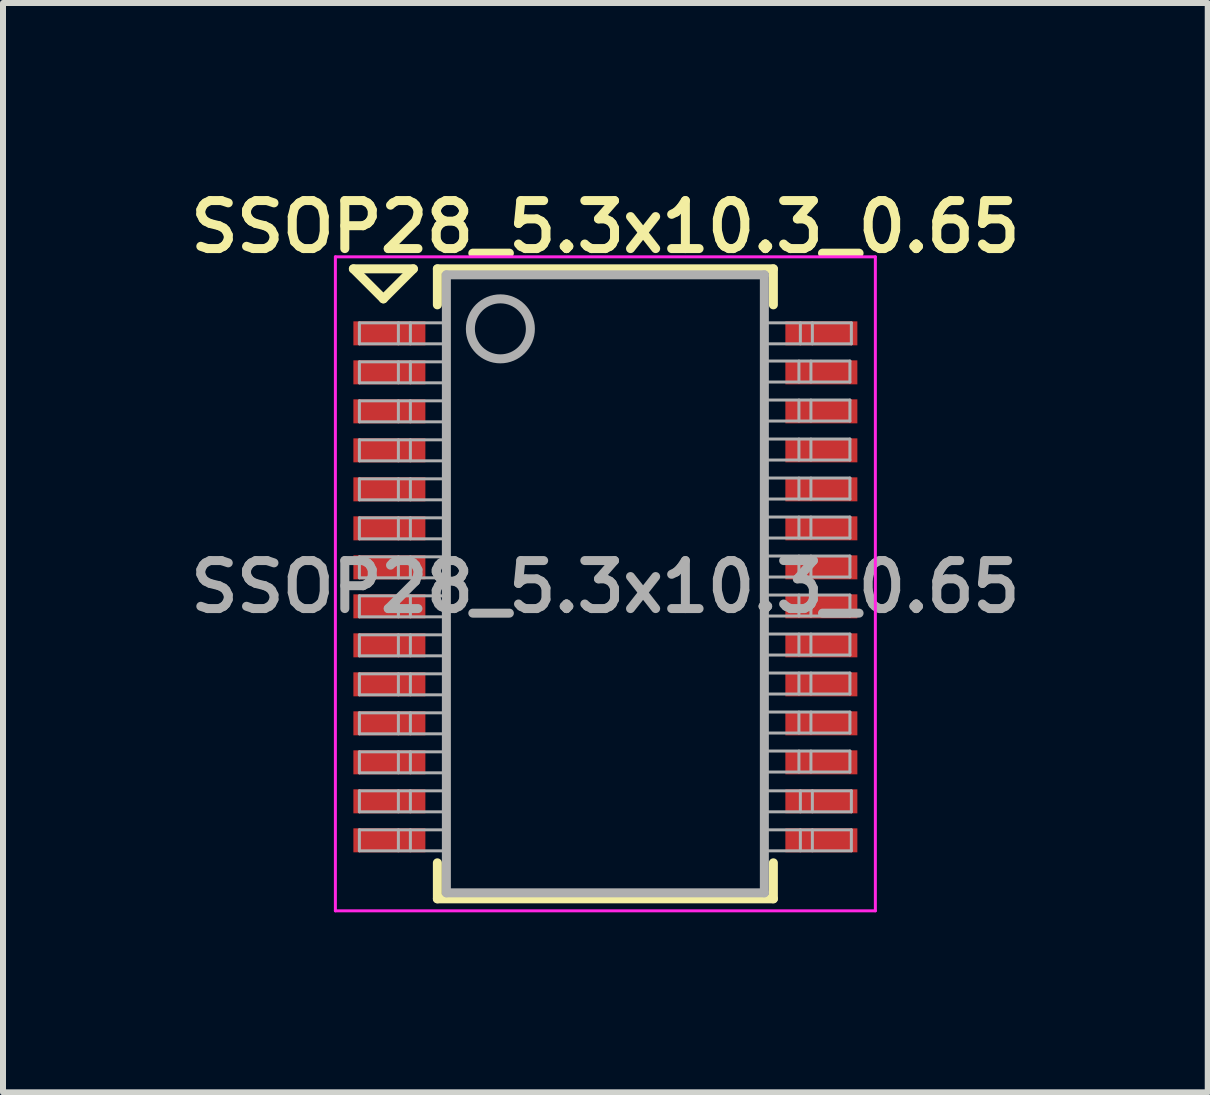
<source format=kicad_pcb>
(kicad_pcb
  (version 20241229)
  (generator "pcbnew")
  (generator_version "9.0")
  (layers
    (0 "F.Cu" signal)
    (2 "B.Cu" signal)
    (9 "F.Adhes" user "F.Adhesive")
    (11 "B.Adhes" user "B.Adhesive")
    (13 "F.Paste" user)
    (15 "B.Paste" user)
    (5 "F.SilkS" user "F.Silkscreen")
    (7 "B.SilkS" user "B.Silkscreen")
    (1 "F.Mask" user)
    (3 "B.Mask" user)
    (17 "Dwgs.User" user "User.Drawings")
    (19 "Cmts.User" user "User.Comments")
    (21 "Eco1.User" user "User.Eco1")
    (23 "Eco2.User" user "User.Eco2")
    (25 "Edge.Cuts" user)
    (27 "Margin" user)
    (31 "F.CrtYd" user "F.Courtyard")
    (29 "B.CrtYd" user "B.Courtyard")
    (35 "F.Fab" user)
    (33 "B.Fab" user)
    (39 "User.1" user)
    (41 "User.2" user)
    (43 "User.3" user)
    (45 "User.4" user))
  (footprint "SSOP28_5.3x10.3_0.65"
    (layer "F.Cu")
    (at 7.04 6.731)
    (property "Reference" "SSOP28_5.3x10.3_0.65" (at 0 -6 0) (layer "F.SilkS") (effects (font (size 0.8 0.8) (thickness 0.15))))
    (attr smd)
    (fp_line (start -4.2 -5.3) (end -3.2 -5.3) (stroke (width 0.15) (type solid)) (layer "F.SilkS"))
    (fp_line (start -3.7 -4.8) (end -4.2 -5.3) (stroke (width 0.15) (type solid)) (layer "F.SilkS"))
    (fp_line (start -3.2 -5.3) (end -3.7 -4.8) (stroke (width 0.15) (type solid)) (layer "F.SilkS"))
    (fp_line (start -2.8 -5.3) (end -2.8 -4.7) (stroke (width 0.15) (type solid)) (layer "F.SilkS"))
    (fp_line (start -2.8 -5.3) (end 2.8 -5.3) (stroke (width 0.15) (type solid)) (layer "F.SilkS"))
    (fp_line (start -2.8 4.6) (end -2.8 5.2) (stroke (width 0.15) (type solid)) (layer "F.SilkS"))
    (fp_line (start -2.8 5.2) (end 2.8 5.2) (stroke (width 0.15) (type solid)) (layer "F.SilkS"))
    (fp_line (start 2.8 -5.3) (end 2.8 -4.7) (stroke (width 0.15) (type solid)) (layer "F.SilkS"))
    (fp_line (start 2.8 4.6) (end 2.8 5.2) (stroke (width 0.15) (type solid)) (layer "F.SilkS"))
    (fp_line (start -4.5 -5.5) (end 4.5 -5.5) (stroke (width 0.05) (type solid)) (layer "F.CrtYd"))
    (fp_line (start -4.5 5.4) (end -4.5 -5.5) (stroke (width 0.05) (type solid)) (layer "F.CrtYd"))
    (fp_line (start 4.5 -5.5) (end 4.5 5.4) (stroke (width 0.05) (type solid)) (layer "F.CrtYd"))
    (fp_line (start 4.5 5.4) (end -4.5 5.4) (stroke (width 0.05) (type solid)) (layer "F.CrtYd"))
    (fp_line (start -4.1 -4.4) (end -4.1 -4.05) (stroke (width 0.05) (type solid)) (layer "F.Fab"))
    (fp_line (start -4.1 -4.05) (end -2.65 -4.05) (stroke (width 0.05) (type solid)) (layer "F.Fab"))
    (fp_line (start -4.1 -3.75) (end -4.1 -3.4) (stroke (width 0.05) (type solid)) (layer "F.Fab"))
    (fp_line (start -4.1 -3.4) (end -2.65 -3.4) (stroke (width 0.05) (type solid)) (layer "F.Fab"))
    (fp_line (start -4.1 -3.1) (end -4.1 -2.75) (stroke (width 0.05) (type solid)) (layer "F.Fab"))
    (fp_line (start -4.1 -2.75) (end -2.65 -2.75) (stroke (width 0.05) (type solid)) (layer "F.Fab"))
    (fp_line (start -4.1 -2.45) (end -4.1 -2.1) (stroke (width 0.05) (type solid)) (layer "F.Fab"))
    (fp_line (start -4.1 -2.1) (end -2.65 -2.1) (stroke (width 0.05) (type solid)) (layer "F.Fab"))
    (fp_line (start -4.1 -1.8) (end -4.1 -1.45) (stroke (width 0.05) (type solid)) (layer "F.Fab"))
    (fp_line (start -4.1 -1.45) (end -2.65 -1.45) (stroke (width 0.05) (type solid)) (layer "F.Fab"))
    (fp_line (start -4.1 -1.15) (end -4.1 -0.8) (stroke (width 0.05) (type solid)) (layer "F.Fab"))
    (fp_line (start -4.1 -0.8) (end -2.65 -0.8) (stroke (width 0.05) (type solid)) (layer "F.Fab"))
    (fp_line (start -4.1 -0.5) (end -4.1 -0.15) (stroke (width 0.05) (type solid)) (layer "F.Fab"))
    (fp_line (start -4.1 -0.15) (end -2.65 -0.15) (stroke (width 0.05) (type solid)) (layer "F.Fab"))
    (fp_line (start -4.1 0.15) (end -4.1 0.5) (stroke (width 0.05) (type solid)) (layer "F.Fab"))
    (fp_line (start -4.1 0.5) (end -2.65 0.5) (stroke (width 0.05) (type solid)) (layer "F.Fab"))
    (fp_line (start -4.1 0.8) (end -4.1 1.15) (stroke (width 0.05) (type solid)) (layer "F.Fab"))
    (fp_line (start -4.1 1.15) (end -2.65 1.15) (stroke (width 0.05) (type solid)) (layer "F.Fab"))
    (fp_line (start -4.1 1.45) (end -4.1 1.8) (stroke (width 0.05) (type solid)) (layer "F.Fab"))
    (fp_line (start -4.1 1.8) (end -2.65 1.8) (stroke (width 0.05) (type solid)) (layer "F.Fab"))
    (fp_line (start -4.1 2.1) (end -4.1 2.45) (stroke (width 0.05) (type solid)) (layer "F.Fab"))
    (fp_line (start -4.1 2.45) (end -2.65 2.45) (stroke (width 0.05) (type solid)) (layer "F.Fab"))
    (fp_line (start -4.1 2.75) (end -4.1 3.1) (stroke (width 0.05) (type solid)) (layer "F.Fab"))
    (fp_line (start -4.1 3.1) (end -2.65 3.1) (stroke (width 0.05) (type solid)) (layer "F.Fab"))
    (fp_line (start -4.1 3.4) (end -4.1 3.75) (stroke (width 0.05) (type solid)) (layer "F.Fab"))
    (fp_line (start -4.1 3.75) (end -2.65 3.75) (stroke (width 0.05) (type solid)) (layer "F.Fab"))
    (fp_line (start -4.1 4.05) (end -4.1 4.4) (stroke (width 0.05) (type solid)) (layer "F.Fab"))
    (fp_line (start -4.1 4.4) (end -2.65 4.4) (stroke (width 0.05) (type solid)) (layer "F.Fab"))
    (fp_line (start -3.45 -4.4) (end -3.45 -4.05) (stroke (width 0.05) (type solid)) (layer "F.Fab"))
    (fp_line (start -3.45 -3.75) (end -3.45 -3.4) (stroke (width 0.05) (type solid)) (layer "F.Fab"))
    (fp_line (start -3.45 -3.1) (end -3.45 -2.75) (stroke (width 0.05) (type solid)) (layer "F.Fab"))
    (fp_line (start -3.45 -2.45) (end -3.45 -2.1) (stroke (width 0.05) (type solid)) (layer "F.Fab"))
    (fp_line (start -3.45 -1.8) (end -3.45 -1.45) (stroke (width 0.05) (type solid)) (layer "F.Fab"))
    (fp_line (start -3.45 -1.15) (end -3.45 -0.8) (stroke (width 0.05) (type solid)) (layer "F.Fab"))
    (fp_line (start -3.45 -0.5) (end -3.45 -0.15) (stroke (width 0.05) (type solid)) (layer "F.Fab"))
    (fp_line (start -3.45 0.15) (end -3.45 0.5) (stroke (width 0.05) (type solid)) (layer "F.Fab"))
    (fp_line (start -3.45 0.8) (end -3.45 1.15) (stroke (width 0.05) (type solid)) (layer "F.Fab"))
    (fp_line (start -3.45 1.45) (end -3.45 1.8) (stroke (width 0.05) (type solid)) (layer "F.Fab"))
    (fp_line (start -3.45 2.1) (end -3.45 2.45) (stroke (width 0.05) (type solid)) (layer "F.Fab"))
    (fp_line (start -3.45 2.75) (end -3.45 3.1) (stroke (width 0.05) (type solid)) (layer "F.Fab"))
    (fp_line (start -3.45 3.4) (end -3.45 3.75) (stroke (width 0.05) (type solid)) (layer "F.Fab"))
    (fp_line (start -3.45 4.05) (end -3.45 4.4) (stroke (width 0.05) (type solid)) (layer "F.Fab"))
    (fp_line (start -3.25 -4.4) (end -3.25 -4.05) (stroke (width 0.05) (type solid)) (layer "F.Fab"))
    (fp_line (start -3.25 -3.75) (end -3.25 -3.4) (stroke (width 0.05) (type solid)) (layer "F.Fab"))
    (fp_line (start -3.25 -3.1) (end -3.25 -2.75) (stroke (width 0.05) (type solid)) (layer "F.Fab"))
    (fp_line (start -3.25 -2.45) (end -3.25 -2.1) (stroke (width 0.05) (type solid)) (layer "F.Fab"))
    (fp_line (start -3.25 -1.8) (end -3.25 -1.45) (stroke (width 0.05) (type solid)) (layer "F.Fab"))
    (fp_line (start -3.25 -1.15) (end -3.25 -0.8) (stroke (width 0.05) (type solid)) (layer "F.Fab"))
    (fp_line (start -3.25 -0.5) (end -3.25 -0.15) (stroke (width 0.05) (type solid)) (layer "F.Fab"))
    (fp_line (start -3.25 0.15) (end -3.25 0.5) (stroke (width 0.05) (type solid)) (layer "F.Fab"))
    (fp_line (start -3.25 0.8) (end -3.25 1.15) (stroke (width 0.05) (type solid)) (layer "F.Fab"))
    (fp_line (start -3.25 1.45) (end -3.25 1.8) (stroke (width 0.05) (type solid)) (layer "F.Fab"))
    (fp_line (start -3.25 2.1) (end -3.25 2.45) (stroke (width 0.05) (type solid)) (layer "F.Fab"))
    (fp_line (start -3.25 2.75) (end -3.25 3.1) (stroke (width 0.05) (type solid)) (layer "F.Fab"))
    (fp_line (start -3.25 3.4) (end -3.25 3.75) (stroke (width 0.05) (type solid)) (layer "F.Fab"))
    (fp_line (start -3.25 4.05) (end -3.25 4.4) (stroke (width 0.05) (type solid)) (layer "F.Fab"))
    (fp_line (start -2.65 -5.2) (end 2.65 -5.2) (stroke (width 0.15) (type solid)) (layer "F.Fab"))
    (fp_line (start -2.65 -4.4) (end -4.1 -4.4) (stroke (width 0.05) (type solid)) (layer "F.Fab"))
    (fp_line (start -2.65 -3.75) (end -4.1 -3.75) (stroke (width 0.05) (type solid)) (layer "F.Fab"))
    (fp_line (start -2.65 -3.1) (end -4.1 -3.1) (stroke (width 0.05) (type solid)) (layer "F.Fab"))
    (fp_line (start -2.65 -2.45) (end -4.1 -2.45) (stroke (width 0.05) (type solid)) (layer "F.Fab"))
    (fp_line (start -2.65 -1.8) (end -4.1 -1.8) (stroke (width 0.05) (type solid)) (layer "F.Fab"))
    (fp_line (start -2.65 -1.15) (end -4.1 -1.15) (stroke (width 0.05) (type solid)) (layer "F.Fab"))
    (fp_line (start -2.65 -0.5) (end -4.1 -0.5) (stroke (width 0.05) (type solid)) (layer "F.Fab"))
    (fp_line (start -2.65 0.15) (end -4.1 0.15) (stroke (width 0.05) (type solid)) (layer "F.Fab"))
    (fp_line (start -2.65 0.8) (end -4.1 0.8) (stroke (width 0.05) (type solid)) (layer "F.Fab"))
    (fp_line (start -2.65 1.45) (end -4.1 1.45) (stroke (width 0.05) (type solid)) (layer "F.Fab"))
    (fp_line (start -2.65 2.1) (end -4.1 2.1) (stroke (width 0.05) (type solid)) (layer "F.Fab"))
    (fp_line (start -2.65 2.75) (end -4.1 2.75) (stroke (width 0.05) (type solid)) (layer "F.Fab"))
    (fp_line (start -2.65 3.4) (end -4.1 3.4) (stroke (width 0.05) (type solid)) (layer "F.Fab"))
    (fp_line (start -2.65 4.05) (end -4.1 4.05) (stroke (width 0.05) (type solid)) (layer "F.Fab"))
    (fp_line (start -2.65 5.1) (end -2.65 -5.2) (stroke (width 0.15) (type solid)) (layer "F.Fab"))
    (fp_line (start 2.626 -3.413) (end 4.076 -3.413) (stroke (width 0.05) (type solid)) (layer "F.Fab"))
    (fp_line (start 2.626 -2.763) (end 4.076 -2.763) (stroke (width 0.05) (type solid)) (layer "F.Fab"))
    (fp_line (start 2.626 -2.113) (end 4.076 -2.113) (stroke (width 0.05) (type solid)) (layer "F.Fab"))
    (fp_line (start 2.626 -1.463) (end 4.076 -1.463) (stroke (width 0.05) (type solid)) (layer "F.Fab"))
    (fp_line (start 2.626 -0.813) (end 4.076 -0.813) (stroke (width 0.05) (type solid)) (layer "F.Fab"))
    (fp_line (start 2.626 -0.163) (end 4.076 -0.163) (stroke (width 0.05) (type solid)) (layer "F.Fab"))
    (fp_line (start 2.626 0.487) (end 4.076 0.487) (stroke (width 0.05) (type solid)) (layer "F.Fab"))
    (fp_line (start 2.626 1.137) (end 4.076 1.137) (stroke (width 0.05) (type solid)) (layer "F.Fab"))
    (fp_line (start 2.626 1.787) (end 4.076 1.787) (stroke (width 0.05) (type solid)) (layer "F.Fab"))
    (fp_line (start 2.626 2.437) (end 4.076 2.437) (stroke (width 0.05) (type solid)) (layer "F.Fab"))
    (fp_line (start 2.626 3.087) (end 4.076 3.087) (stroke (width 0.05) (type solid)) (layer "F.Fab"))
    (fp_line (start 2.65 -5.2) (end 2.65 5.1) (stroke (width 0.15) (type solid)) (layer "F.Fab"))
    (fp_line (start 2.65 -4.05) (end 4.1 -4.05) (stroke (width 0.05) (type solid)) (layer "F.Fab"))
    (fp_line (start 2.65 3.75) (end 4.1 3.75) (stroke (width 0.05) (type solid)) (layer "F.Fab"))
    (fp_line (start 2.65 4.4) (end 4.1 4.4) (stroke (width 0.05) (type solid)) (layer "F.Fab"))
    (fp_line (start 2.65 5.1) (end -2.65 5.1) (stroke (width 0.15) (type solid)) (layer "F.Fab"))
    (fp_line (start 3.226 -3.413) (end 3.226 -3.763) (stroke (width 0.05) (type solid)) (layer "F.Fab"))
    (fp_line (start 3.226 -2.763) (end 3.226 -3.113) (stroke (width 0.05) (type solid)) (layer "F.Fab"))
    (fp_line (start 3.226 -2.113) (end 3.226 -2.463) (stroke (width 0.05) (type solid)) (layer "F.Fab"))
    (fp_line (start 3.226 -1.463) (end 3.226 -1.813) (stroke (width 0.05) (type solid)) (layer "F.Fab"))
    (fp_line (start 3.226 -0.813) (end 3.226 -1.163) (stroke (width 0.05) (type solid)) (layer "F.Fab"))
    (fp_line (start 3.226 -0.163) (end 3.226 -0.513) (stroke (width 0.05) (type solid)) (layer "F.Fab"))
    (fp_line (start 3.226 0.487) (end 3.226 0.137) (stroke (width 0.05) (type solid)) (layer "F.Fab"))
    (fp_line (start 3.226 1.137) (end 3.226 0.787) (stroke (width 0.05) (type solid)) (layer "F.Fab"))
    (fp_line (start 3.226 1.787) (end 3.226 1.437) (stroke (width 0.05) (type solid)) (layer "F.Fab"))
    (fp_line (start 3.226 2.437) (end 3.226 2.087) (stroke (width 0.05) (type solid)) (layer "F.Fab"))
    (fp_line (start 3.226 3.087) (end 3.226 2.737) (stroke (width 0.05) (type solid)) (layer "F.Fab"))
    (fp_line (start 3.25 -4.05) (end 3.25 -4.4) (stroke (width 0.05) (type solid)) (layer "F.Fab"))
    (fp_line (start 3.25 3.75) (end 3.25 3.4) (stroke (width 0.05) (type solid)) (layer "F.Fab"))
    (fp_line (start 3.25 4.4) (end 3.25 4.05) (stroke (width 0.05) (type solid)) (layer "F.Fab"))
    (fp_line (start 3.426 -3.413) (end 3.426 -3.763) (stroke (width 0.05) (type solid)) (layer "F.Fab"))
    (fp_line (start 3.426 -2.763) (end 3.426 -3.113) (stroke (width 0.05) (type solid)) (layer "F.Fab"))
    (fp_line (start 3.426 -2.113) (end 3.426 -2.463) (stroke (width 0.05) (type solid)) (layer "F.Fab"))
    (fp_line (start 3.426 -1.463) (end 3.426 -1.813) (stroke (width 0.05) (type solid)) (layer "F.Fab"))
    (fp_line (start 3.426 -0.813) (end 3.426 -1.163) (stroke (width 0.05) (type solid)) (layer "F.Fab"))
    (fp_line (start 3.426 -0.163) (end 3.426 -0.513) (stroke (width 0.05) (type solid)) (layer "F.Fab"))
    (fp_line (start 3.426 0.487) (end 3.426 0.137) (stroke (width 0.05) (type solid)) (layer "F.Fab"))
    (fp_line (start 3.426 1.137) (end 3.426 0.787) (stroke (width 0.05) (type solid)) (layer "F.Fab"))
    (fp_line (start 3.426 1.787) (end 3.426 1.437) (stroke (width 0.05) (type solid)) (layer "F.Fab"))
    (fp_line (start 3.426 2.437) (end 3.426 2.087) (stroke (width 0.05) (type solid)) (layer "F.Fab"))
    (fp_line (start 3.426 3.087) (end 3.426 2.737) (stroke (width 0.05) (type solid)) (layer "F.Fab"))
    (fp_line (start 3.45 -4.05) (end 3.45 -4.4) (stroke (width 0.05) (type solid)) (layer "F.Fab"))
    (fp_line (start 3.45 3.75) (end 3.45 3.4) (stroke (width 0.05) (type solid)) (layer "F.Fab"))
    (fp_line (start 3.45 4.4) (end 3.45 4.05) (stroke (width 0.05) (type solid)) (layer "F.Fab"))
    (fp_line (start 4.076 -3.763) (end 2.626 -3.763) (stroke (width 0.05) (type solid)) (layer "F.Fab"))
    (fp_line (start 4.076 -3.413) (end 4.076 -3.763) (stroke (width 0.05) (type solid)) (layer "F.Fab"))
    (fp_line (start 4.076 -3.113) (end 2.626 -3.113) (stroke (width 0.05) (type solid)) (layer "F.Fab"))
    (fp_line (start 4.076 -2.763) (end 4.076 -3.113) (stroke (width 0.05) (type solid)) (layer "F.Fab"))
    (fp_line (start 4.076 -2.463) (end 2.626 -2.463) (stroke (width 0.05) (type solid)) (layer "F.Fab"))
    (fp_line (start 4.076 -2.113) (end 4.076 -2.463) (stroke (width 0.05) (type solid)) (layer "F.Fab"))
    (fp_line (start 4.076 -1.813) (end 2.626 -1.813) (stroke (width 0.05) (type solid)) (layer "F.Fab"))
    (fp_line (start 4.076 -1.463) (end 4.076 -1.813) (stroke (width 0.05) (type solid)) (layer "F.Fab"))
    (fp_line (start 4.076 -1.163) (end 2.626 -1.163) (stroke (width 0.05) (type solid)) (layer "F.Fab"))
    (fp_line (start 4.076 -0.813) (end 4.076 -1.163) (stroke (width 0.05) (type solid)) (layer "F.Fab"))
    (fp_line (start 4.076 -0.513) (end 2.626 -0.513) (stroke (width 0.05) (type solid)) (layer "F.Fab"))
    (fp_line (start 4.076 -0.163) (end 4.076 -0.513) (stroke (width 0.05) (type solid)) (layer "F.Fab"))
    (fp_line (start 4.076 0.137) (end 2.626 0.137) (stroke (width 0.05) (type solid)) (layer "F.Fab"))
    (fp_line (start 4.076 0.487) (end 4.076 0.137) (stroke (width 0.05) (type solid)) (layer "F.Fab"))
    (fp_line (start 4.076 0.787) (end 2.626 0.787) (stroke (width 0.05) (type solid)) (layer "F.Fab"))
    (fp_line (start 4.076 1.137) (end 4.076 0.787) (stroke (width 0.05) (type solid)) (layer "F.Fab"))
    (fp_line (start 4.076 1.437) (end 2.626 1.437) (stroke (width 0.05) (type solid)) (layer "F.Fab"))
    (fp_line (start 4.076 1.787) (end 4.076 1.437) (stroke (width 0.05) (type solid)) (layer "F.Fab"))
    (fp_line (start 4.076 2.087) (end 2.626 2.087) (stroke (width 0.05) (type solid)) (layer "F.Fab"))
    (fp_line (start 4.076 2.437) (end 4.076 2.087) (stroke (width 0.05) (type solid)) (layer "F.Fab"))
    (fp_line (start 4.076 2.737) (end 2.626 2.737) (stroke (width 0.05) (type solid)) (layer "F.Fab"))
    (fp_line (start 4.076 3.087) (end 4.076 2.737) (stroke (width 0.05) (type solid)) (layer "F.Fab"))
    (fp_line (start 4.1 -4.4) (end 2.65 -4.4) (stroke (width 0.05) (type solid)) (layer "F.Fab"))
    (fp_line (start 4.1 -4.05) (end 4.1 -4.4) (stroke (width 0.05) (type solid)) (layer "F.Fab"))
    (fp_line (start 4.1 3.4) (end 2.65 3.4) (stroke (width 0.05) (type solid)) (layer "F.Fab"))
    (fp_line (start 4.1 3.75) (end 4.1 3.4) (stroke (width 0.05) (type solid)) (layer "F.Fab"))
    (fp_line (start 4.1 4.05) (end 2.65 4.05) (stroke (width 0.05) (type solid)) (layer "F.Fab"))
    (fp_line (start 4.1 4.4) (end 4.1 4.05) (stroke (width 0.05) (type solid)) (layer "F.Fab"))
    (fp_circle (center -1.75 -4.3) (end -1.25 -4.3) (stroke (width 0.15) (type solid)) (fill no) (layer "F.Fab"))
    (fp_text user "${REFERENCE}" (at 0 0 0) (layer "F.Fab") (effects (font (size 0.8 0.8) (thickness 0.15))))
    (pad "1" smd rect (at -3.6 -4.225) (size 1.2 0.4) (layers "F.Cu" "F.Mask" "F.Paste"))
    (pad "2" smd rect (at -3.6 -3.575) (size 1.2 0.4) (layers "F.Cu" "F.Mask" "F.Paste"))
    (pad "3" smd rect (at -3.6 -2.925) (size 1.2 0.4) (layers "F.Cu" "F.Mask" "F.Paste"))
    (pad "4" smd rect (at -3.6 -2.275) (size 1.2 0.4) (layers "F.Cu" "F.Mask" "F.Paste"))
    (pad "5" smd rect (at -3.6 -1.625) (size 1.2 0.4) (layers "F.Cu" "F.Mask" "F.Paste"))
    (pad "6" smd rect (at -3.6 -0.975) (size 1.2 0.4) (layers "F.Cu" "F.Mask" "F.Paste"))
    (pad "7" smd rect (at -3.6 -0.325) (size 1.2 0.4) (layers "F.Cu" "F.Mask" "F.Paste"))
    (pad "8" smd rect (at -3.6 0.325) (size 1.2 0.4) (layers "F.Cu" "F.Mask" "F.Paste"))
    (pad "9" smd rect (at -3.6 0.975) (size 1.2 0.4) (layers "F.Cu" "F.Mask" "F.Paste"))
    (pad "10" smd rect (at -3.6 1.625) (size 1.2 0.4) (layers "F.Cu" "F.Mask" "F.Paste"))
    (pad "11" smd rect (at -3.6 2.275) (size 1.2 0.4) (layers "F.Cu" "F.Mask" "F.Paste"))
    (pad "12" smd rect (at -3.6 2.925) (size 1.2 0.4) (layers "F.Cu" "F.Mask" "F.Paste"))
    (pad "13" smd rect (at -3.6 3.575) (size 1.2 0.4) (layers "F.Cu" "F.Mask" "F.Paste"))
    (pad "14" smd rect (at -3.6 4.225) (size 1.2 0.4) (layers "F.Cu" "F.Mask" "F.Paste"))
    (pad "15" smd rect (at 3.6 4.225) (size 1.2 0.4) (layers "F.Cu" "F.Mask" "F.Paste"))
    (pad "16" smd rect (at 3.6 3.575) (size 1.2 0.4) (layers "F.Cu" "F.Mask" "F.Paste"))
    (pad "17" smd rect (at 3.6 2.925) (size 1.2 0.4) (layers "F.Cu" "F.Mask" "F.Paste"))
    (pad "18" smd rect (at 3.6 2.275) (size 1.2 0.4) (layers "F.Cu" "F.Mask" "F.Paste"))
    (pad "19" smd rect (at 3.6 1.625) (size 1.2 0.4) (layers "F.Cu" "F.Mask" "F.Paste"))
    (pad "20" smd rect (at 3.6 0.975) (size 1.2 0.4) (layers "F.Cu" "F.Mask" "F.Paste"))
    (pad "21" smd rect (at 3.6 0.325) (size 1.2 0.4) (layers "F.Cu" "F.Mask" "F.Paste"))
    (pad "22" smd rect (at 3.6 -0.325) (size 1.2 0.4) (layers "F.Cu" "F.Mask" "F.Paste"))
    (pad "23" smd rect (at 3.6 -0.975) (size 1.2 0.4) (layers "F.Cu" "F.Mask" "F.Paste"))
    (pad "24" smd rect (at 3.6 -1.625) (size 1.2 0.4) (layers "F.Cu" "F.Mask" "F.Paste"))
    (pad "25" smd rect (at 3.6 -2.275) (size 1.2 0.4) (layers "F.Cu" "F.Mask" "F.Paste"))
    (pad "26" smd rect (at 3.6 -2.925) (size 1.2 0.4) (layers "F.Cu" "F.Mask" "F.Paste"))
    (pad "27" smd rect (at 3.6 -3.575) (size 1.2 0.4) (layers "F.Cu" "F.Mask" "F.Paste"))
    (pad "28" smd rect (at 3.6 -4.225) (size 1.2 0.4) (layers "F.Cu" "F.Mask" "F.Paste")))
  (gr_rect
    (start -3 -3)
    (end 17.08 15.156)
    (stroke (width 0.1) (type default))
    (fill no)
    (layer "Edge.Cuts")))
</source>
